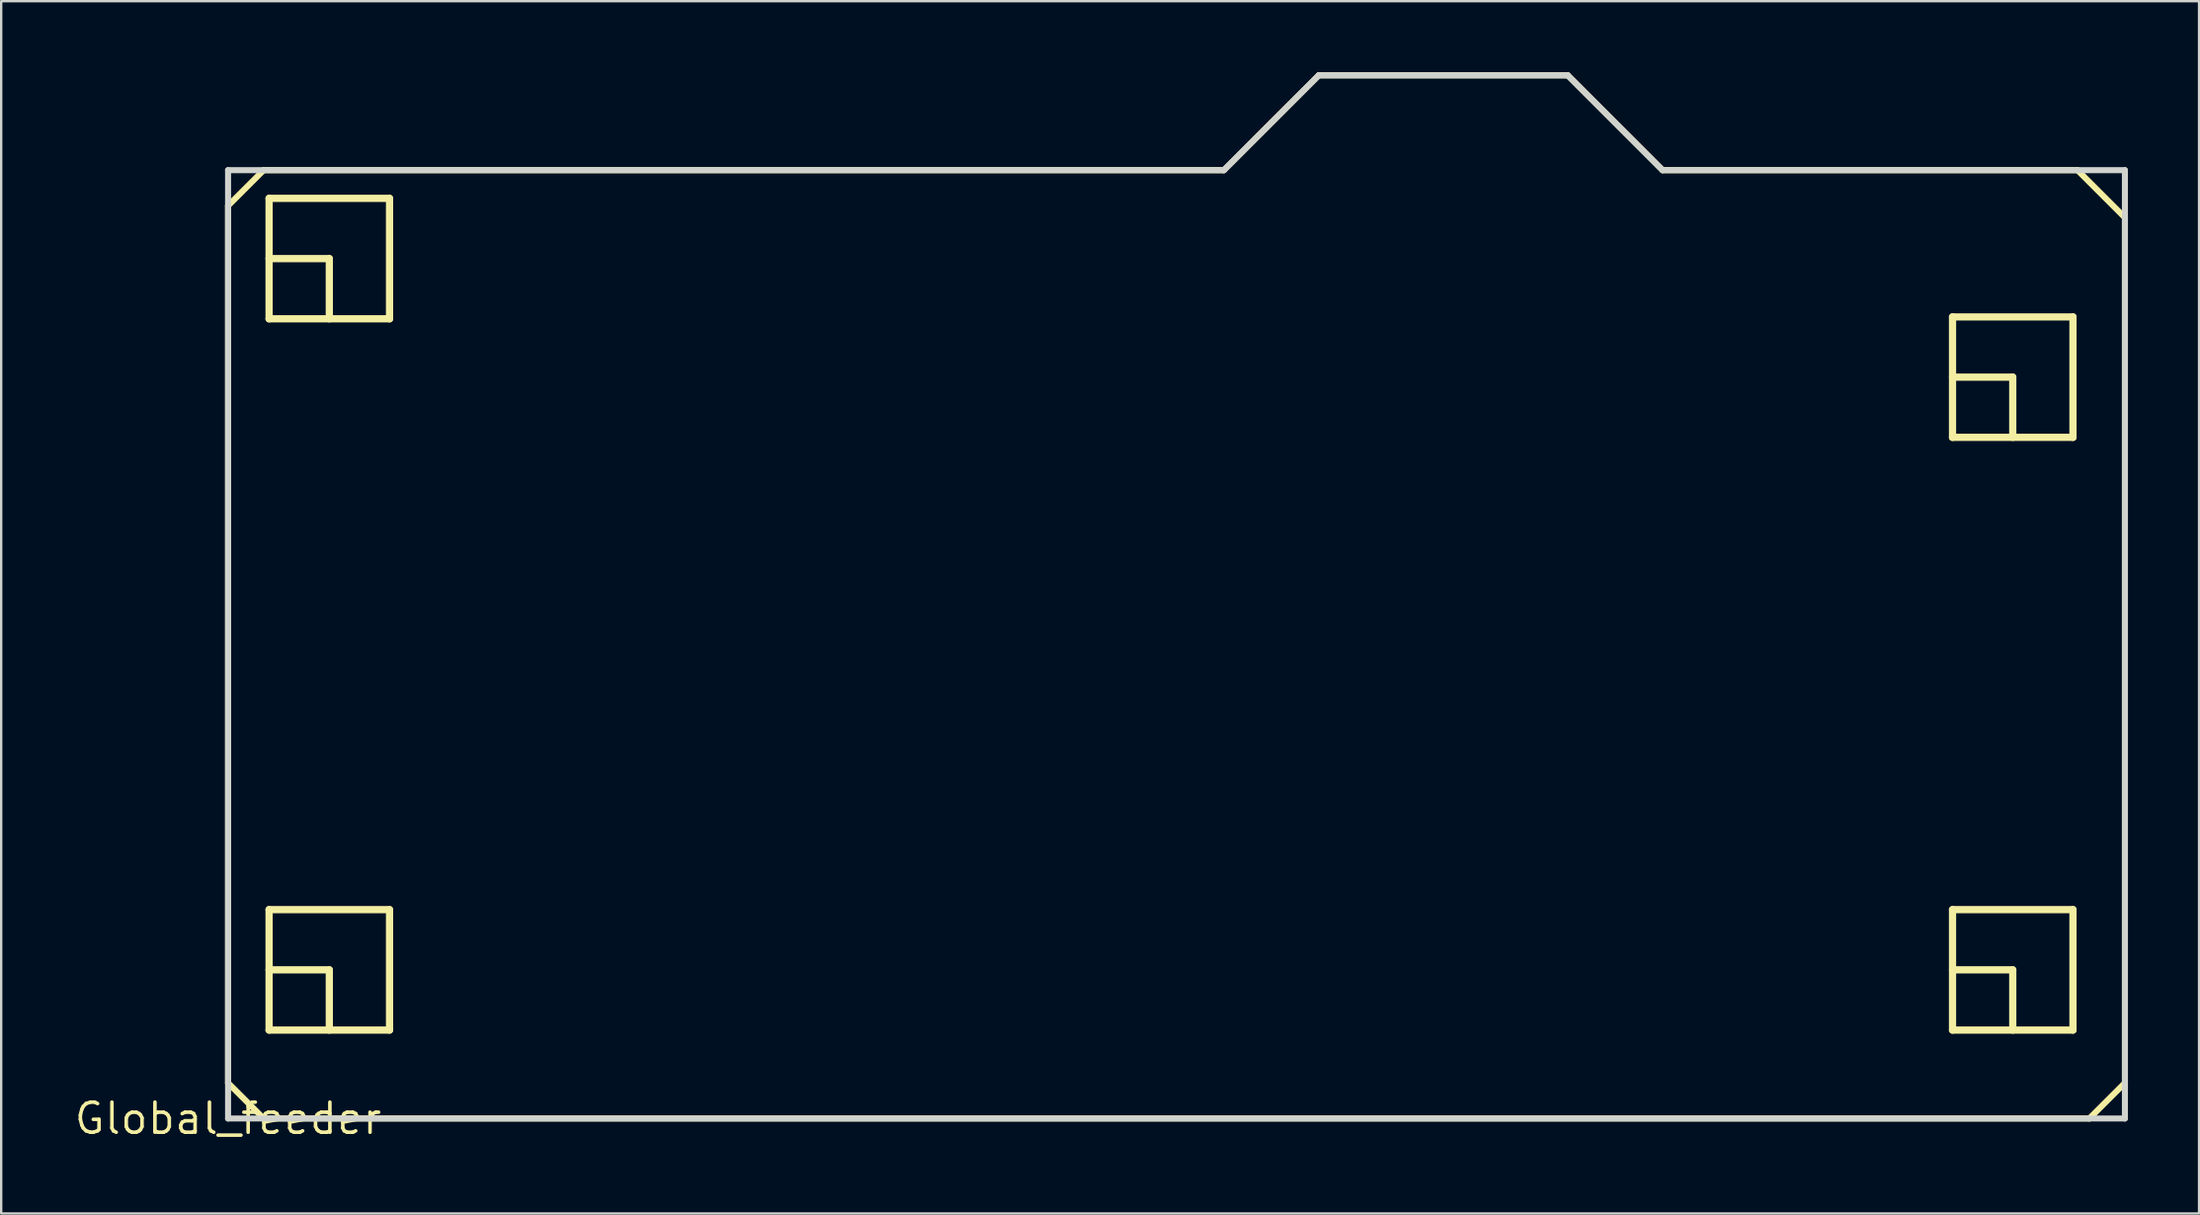
<source format=kicad_pcb>
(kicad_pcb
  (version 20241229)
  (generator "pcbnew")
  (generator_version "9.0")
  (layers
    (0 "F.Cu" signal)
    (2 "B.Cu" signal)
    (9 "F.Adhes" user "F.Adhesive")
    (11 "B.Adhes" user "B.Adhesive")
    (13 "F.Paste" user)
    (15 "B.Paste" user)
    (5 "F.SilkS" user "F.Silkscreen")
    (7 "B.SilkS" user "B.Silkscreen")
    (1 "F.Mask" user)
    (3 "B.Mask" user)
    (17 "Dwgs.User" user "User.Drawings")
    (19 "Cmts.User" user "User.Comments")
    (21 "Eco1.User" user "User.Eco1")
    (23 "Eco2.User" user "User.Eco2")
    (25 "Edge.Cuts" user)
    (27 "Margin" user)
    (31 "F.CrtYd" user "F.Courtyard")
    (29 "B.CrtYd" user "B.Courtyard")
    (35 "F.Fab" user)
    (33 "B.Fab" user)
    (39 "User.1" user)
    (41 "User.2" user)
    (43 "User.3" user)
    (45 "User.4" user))
  (footprint "Global_feeder"
    (layer "F.Cu")
    (at 6.569 44.127)
    (property "Reference" "Global_feeder" (at 0 0 0) (layer "F.SilkS") (effects (font (size 1.27 1.27) (thickness 0.15))))
    (attr through_hole)
    (fp_line (start 0 -38.5) (end 1.5 -40) (stroke (width 0.254) (type solid)) (layer "F.SilkS"))
    (fp_line (start 0 -1.5) (end 1.5 -0.00001) (stroke (width 0.254) (type solid)) (layer "F.SilkS"))
    (fp_line (start 0 -1.5) (end 0 -38.5) (stroke (width 0.254) (type solid)) (layer "F.SilkS"))
    (fp_line (start 1.5 -40) (end 42 -40) (stroke (width 0.254) (type solid)) (layer "F.SilkS"))
    (fp_line (start 1.5 -0.00001) (end 78.5 -0.00001) (stroke (width 0.254) (type solid)) (layer "F.SilkS"))
    (fp_line (start 1.73 -38.81) (end 6.81 -38.81) (stroke (width 0.305) (type solid)) (layer "F.SilkS"))
    (fp_line (start 1.73 -36.27) (end 4.27 -36.27) (stroke (width 0.305) (type solid)) (layer "F.SilkS"))
    (fp_line (start 1.73 -33.73) (end 1.73 -38.81) (stroke (width 0.305) (type solid)) (layer "F.SilkS"))
    (fp_line (start 1.73 -33.73) (end 6.81 -33.73) (stroke (width 0.305) (type solid)) (layer "F.SilkS"))
    (fp_line (start 1.73 -8.81) (end 6.81 -8.81) (stroke (width 0.305) (type solid)) (layer "F.SilkS"))
    (fp_line (start 1.73 -6.27) (end 4.27 -6.27) (stroke (width 0.305) (type solid)) (layer "F.SilkS"))
    (fp_line (start 1.73 -3.73) (end 1.73 -8.81) (stroke (width 0.305) (type solid)) (layer "F.SilkS"))
    (fp_line (start 1.73 -3.73) (end 6.81 -3.73) (stroke (width 0.305) (type solid)) (layer "F.SilkS"))
    (fp_line (start 4.27 -33.73) (end 4.27 -36.27) (stroke (width 0.305) (type solid)) (layer "F.SilkS"))
    (fp_line (start 4.27 -3.73) (end 4.27 -6.27) (stroke (width 0.305) (type solid)) (layer "F.SilkS"))
    (fp_line (start 6.81 -33.73) (end 6.81 -38.81) (stroke (width 0.305) (type solid)) (layer "F.SilkS"))
    (fp_line (start 6.81 -3.73) (end 6.81 -8.81) (stroke (width 0.305) (type solid)) (layer "F.SilkS"))
    (fp_line (start 42 -40) (end 46 -44) (stroke (width 0.254) (type solid)) (layer "F.SilkS"))
    (fp_line (start 46 -44) (end 56.5 -44) (stroke (width 0.254) (type solid)) (layer "F.SilkS"))
    (fp_line (start 56.5 -44) (end 60.5 -40) (stroke (width 0.254) (type solid)) (layer "F.SilkS"))
    (fp_line (start 60.5 -40) (end 78 -40) (stroke (width 0.254) (type solid)) (layer "F.SilkS"))
    (fp_line (start 72.73 -33.81) (end 77.81 -33.81) (stroke (width 0.305) (type solid)) (layer "F.SilkS"))
    (fp_line (start 72.73 -31.27) (end 75.27 -31.27) (stroke (width 0.305) (type solid)) (layer "F.SilkS"))
    (fp_line (start 72.73 -28.73) (end 72.73 -33.81) (stroke (width 0.305) (type solid)) (layer "F.SilkS"))
    (fp_line (start 72.73 -28.73) (end 77.81 -28.73) (stroke (width 0.305) (type solid)) (layer "F.SilkS"))
    (fp_line (start 72.73 -8.81) (end 77.81 -8.81) (stroke (width 0.305) (type solid)) (layer "F.SilkS"))
    (fp_line (start 72.73 -6.27) (end 75.27 -6.27) (stroke (width 0.305) (type solid)) (layer "F.SilkS"))
    (fp_line (start 72.73 -3.73) (end 72.73 -8.81) (stroke (width 0.305) (type solid)) (layer "F.SilkS"))
    (fp_line (start 72.73 -3.73) (end 77.81 -3.73) (stroke (width 0.305) (type solid)) (layer "F.SilkS"))
    (fp_line (start 75.27 -28.73) (end 75.27 -31.27) (stroke (width 0.305) (type solid)) (layer "F.SilkS"))
    (fp_line (start 75.27 -3.73) (end 75.27 -6.27) (stroke (width 0.305) (type solid)) (layer "F.SilkS"))
    (fp_line (start 77.81 -28.73) (end 77.81 -33.81) (stroke (width 0.305) (type solid)) (layer "F.SilkS"))
    (fp_line (start 77.81 -3.73) (end 77.81 -8.81) (stroke (width 0.305) (type solid)) (layer "F.SilkS"))
    (fp_line (start 78 -40) (end 80 -38) (stroke (width 0.254) (type solid)) (layer "F.SilkS"))
    (fp_line (start 78.5 -0.00001) (end 80 -1.5) (stroke (width 0.254) (type solid)) (layer "F.SilkS"))
    (fp_line (start 80 -1.5) (end 80 -38) (stroke (width 0.254) (type solid)) (layer "F.SilkS"))
    (fp_line (start 0 -40) (end 42 -40) (stroke (width 0.254) (type solid)) (layer "Edge.Cuts"))
    (fp_line (start 0 0) (end 0 -40) (stroke (width 0.254) (type solid)) (layer "Edge.Cuts"))
    (fp_line (start 0 0) (end 80 0) (stroke (width 0.254) (type solid)) (layer "Edge.Cuts"))
    (fp_line (start 42 -40) (end 46 -44) (stroke (width 0.254) (type solid)) (layer "Edge.Cuts"))
    (fp_line (start 46 -44) (end 56.5 -44) (stroke (width 0.254) (type solid)) (layer "Edge.Cuts"))
    (fp_line (start 56.5 -44) (end 60.5 -40) (stroke (width 0.254) (type solid)) (layer "Edge.Cuts"))
    (fp_line (start 60.5 -40) (end 80 -40) (stroke (width 0.254) (type solid)) (layer "Edge.Cuts"))
    (fp_line (start 80 0) (end 80 -40) (stroke (width 0.254) (type solid)) (layer "Edge.Cuts")))
  (gr_rect
    (start -3 -3)
    (end 89.696 48.133)
    (stroke (width 0.1) (type default))
    (fill no)
    (layer "Edge.Cuts")))
</source>
